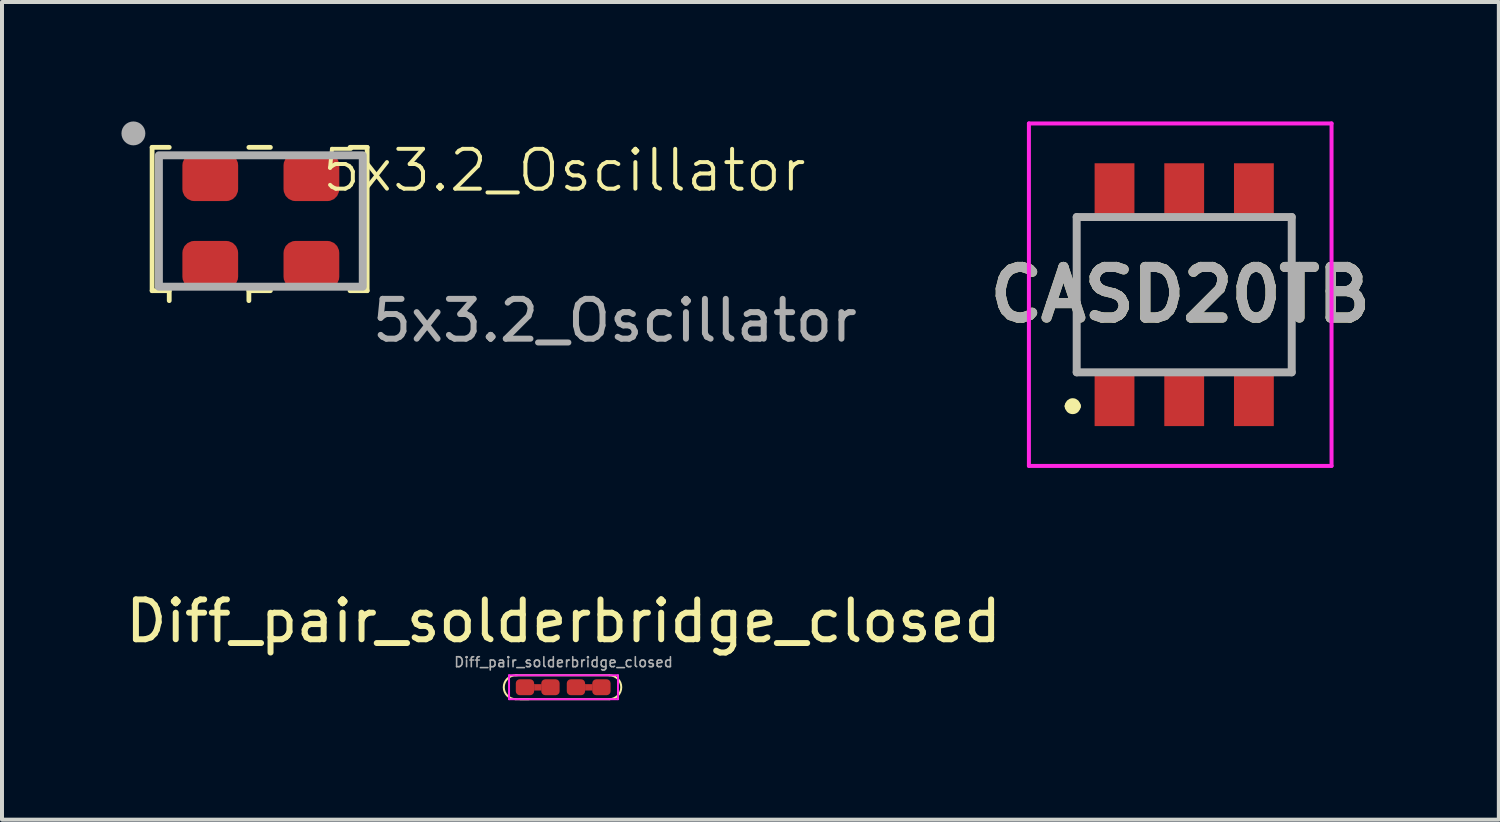
<source format=kicad_pcb>
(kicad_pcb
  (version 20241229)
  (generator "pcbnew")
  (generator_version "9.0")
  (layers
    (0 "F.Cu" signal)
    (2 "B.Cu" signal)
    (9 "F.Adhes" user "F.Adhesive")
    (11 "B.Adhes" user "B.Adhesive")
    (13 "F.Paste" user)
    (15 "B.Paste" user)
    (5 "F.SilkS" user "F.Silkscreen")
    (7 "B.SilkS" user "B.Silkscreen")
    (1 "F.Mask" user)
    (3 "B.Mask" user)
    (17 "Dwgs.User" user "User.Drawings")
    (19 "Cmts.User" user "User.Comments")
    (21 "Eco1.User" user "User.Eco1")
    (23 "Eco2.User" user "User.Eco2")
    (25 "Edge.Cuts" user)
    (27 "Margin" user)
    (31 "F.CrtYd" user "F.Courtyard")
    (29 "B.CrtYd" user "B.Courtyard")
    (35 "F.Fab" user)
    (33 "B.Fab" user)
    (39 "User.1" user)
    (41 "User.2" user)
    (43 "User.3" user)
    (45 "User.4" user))
  (footprint "Diff_pair_solderbridge_closed"
    (layer "F.Cu")
    (at 11.101 14.148)
    (property "Reference" "Diff_pair_solderbridge_closed" (at 0 -1.6 0) (layer "F.SilkS") (effects (font (size 1 1) (thickness 0.15))))
    (attr smd)
    (fp_poly (pts (xy -0.735 -0.015) (xy -0.558 -0.015) (xy -0.558 0.135) (xy -0.735 0.135)) (stroke (width 0.01) (type solid)) (fill yes) (layer "F.Cu"))
    (fp_poly (pts (xy 0.543 -0.015) (xy 0.722 -0.015) (xy 0.722 0.135) (xy 0.543 0.135)) (stroke (width 0.01) (type solid)) (fill yes) (layer "F.Cu"))
    (fp_line (start -1.2 0.36) (end -0.87 0.36) (stroke (width 0.05) (type default)) (layer "F.SilkS"))
    (fp_line (start -1.17 -0.24) (end -1.17 -0.24) (stroke (width 0.05) (type default)) (layer "F.SilkS"))
    (fp_line (start -1.09 0.36) (end 1.15 0.36) (stroke (width 0.05) (type default)) (layer "F.SilkS"))
    (fp_line (start 1.15 -0.24) (end -1.2 -0.24) (stroke (width 0.05) (type default)) (layer "F.SilkS"))
    (fp_arc (start -1.2 0.36) (mid -1.5 0.06) (end -1.2 -0.24) (stroke (width 0.05) (type default)) (layer "F.SilkS"))
    (fp_arc (start 1.15 -0.24) (mid 1.45 0.06) (end 1.15 0.36) (stroke (width 0.05) (type default)) (layer "F.SilkS"))
    (fp_line (start -1.368 -0.24) (end 1.368 -0.24) (stroke (width 0.05) (type solid)) (layer "F.CrtYd"))
    (fp_line (start -1.368 0.36) (end -1.368 -0.24) (stroke (width 0.05) (type solid)) (layer "F.CrtYd"))
    (fp_line (start 1.368 0.36) (end -1.368 0.36) (stroke (width 0.05) (type solid)) (layer "F.CrtYd"))
    (fp_line (start 1.368 0.36) (end 1.368 -0.24) (stroke (width 0.05) (type solid)) (layer "F.CrtYd"))
    (fp_text user "${REFERENCE}" (at 0 -0.57 0) (layer "F.Fab") (effects (font (size 0.25 0.25) (thickness 0.04))))
    (pad "1" smd roundrect (at -0.968 0.06) (size 0.46 0.4) (layers "F.Cu" "F.Mask") (roundrect_rratio 0.25))
    (pad "2" smd roundrect (at -0.328 0.06) (size 0.46 0.4) (layers "F.Cu" "F.Mask" "F.Paste") (roundrect_rratio 0.25))
    (pad "3" smd roundrect (at 0.952 0.06) (size 0.46 0.4) (layers "F.Cu" "F.Mask") (roundrect_rratio 0.25))
    (pad "4" smd roundrect (at 0.312 0.06) (size 0.46 0.4) (layers "F.Cu" "F.Mask" "F.Paste") (roundrect_rratio 0.25)))
  (footprint "5x3.2_Oscillator"
    (layer "F.Cu")
    (at 3.5 2.5)
    (property "Reference" "5x3.2_Oscillator" (at 7.62 -1.27 0) (unlocked yes) (layer "F.SilkS") (effects (font (size 1 1) (thickness 0.1))))
    (attr smd)
    (fp_line (start -2.73 -1.85) (end -2.3 -1.85) (stroke (width 0.12) (type solid)) (layer "F.SilkS"))
    (fp_line (start -2.73 1.75) (end -2.73 -1.85) (stroke (width 0.12) (type solid)) (layer "F.SilkS"))
    (fp_line (start -2.3 1.75) (end -2.73 1.75) (stroke (width 0.12) (type solid)) (layer "F.SilkS"))
    (fp_line (start -2.3 2) (end -2.3 1.75) (stroke (width 0.12) (type solid)) (layer "F.SilkS"))
    (fp_line (start -0.3 -1.85) (end 0.24 -1.85) (stroke (width 0.12) (type solid)) (layer "F.SilkS"))
    (fp_line (start -0.3 1.75) (end -0.3 2) (stroke (width 0.12) (type solid)) (layer "F.SilkS"))
    (fp_line (start 0.24 1.75) (end -0.3 1.75) (stroke (width 0.12) (type solid)) (layer "F.SilkS"))
    (fp_line (start 2.24 -1.85) (end 2.67 -1.85) (stroke (width 0.12) (type solid)) (layer "F.SilkS"))
    (fp_line (start 2.67 -1.85) (end 2.67 1.75) (stroke (width 0.12) (type solid)) (layer "F.SilkS"))
    (fp_line (start 2.67 1.75) (end 2.24 1.75) (stroke (width 0.12) (type solid)) (layer "F.SilkS"))
    (fp_rect (start -2.56 -1.65) (end 2.56 1.65) (stroke (width 0.2) (type default)) (fill no) (layer "F.Fab"))
    (fp_circle (center -3.2 -2.2) (end -3.05 -2.2) (stroke (width 0.3) (type default)) (fill no) (layer "F.Fab"))
    (fp_text user "${REFERENCE}" (at 8.89 2.5 0) (unlocked yes) (layer "F.Fab") (effects (font (size 1 1) (thickness 0.15))))
    (pad "1" smd roundrect (at -1.27 1.1) (size 1.4 1.2) (layers "F.Cu" "F.Mask" "F.Paste") (roundrect_rratio 0.25))
    (pad "2" smd roundrect (at 1.27 1.1) (size 1.4 1.2) (layers "F.Cu" "F.Mask" "F.Paste") (roundrect_rratio 0.25))
    (pad "3" smd roundrect (at 1.27 -1.1) (size 1.4 1.2) (layers "F.Cu" "F.Mask" "F.Paste") (roundrect_rratio 0.25))
    (pad "4" smd roundrect (at -1.27 -1.1) (size 1.4 1.2) (layers "F.Cu" "F.Mask" "F.Paste") (roundrect_rratio 0.25)))
  (footprint "CASD20TB"
    (layer "F.Cu")
    (at 26.688 4.35)
    (property "Reference" "CASD20TB" (at -0.1 0 0) (layer "F.SilkS") (effects (font (size 1.27 1.27) (thickness 0.254))))
    (attr smd)
    (fp_line (start -2.9 2.8) (end -2.9 2.8) (stroke (width 0.2) (type solid)) (layer "F.SilkS"))
    (fp_line (start -2.7 1.95) (end -2.7 -1.95) (stroke (width 0.1) (type solid)) (layer "F.SilkS"))
    (fp_line (start -2.7 2.8) (end -2.7 2.8) (stroke (width 0.2) (type solid)) (layer "F.SilkS"))
    (fp_line (start 2.7 1.95) (end 2.7 -1.95) (stroke (width 0.1) (type solid)) (layer "F.SilkS"))
    (fp_arc (start -2.9 2.8) (mid -2.8 2.7) (end -2.7 2.8) (stroke (width 0.2) (type solid)) (layer "F.SilkS"))
    (fp_arc (start -2.7 2.8) (mid -2.8 2.9) (end -2.9 2.8) (stroke (width 0.2) (type solid)) (layer "F.SilkS"))
    (fp_line (start -3.9 -4.3) (end 3.7 -4.3) (stroke (width 0.1) (type solid)) (layer "F.CrtYd"))
    (fp_line (start -3.9 4.3) (end -3.9 -4.3) (stroke (width 0.1) (type solid)) (layer "F.CrtYd"))
    (fp_line (start 3.7 -4.3) (end 3.7 4.3) (stroke (width 0.1) (type solid)) (layer "F.CrtYd"))
    (fp_line (start 3.7 4.3) (end -3.9 4.3) (stroke (width 0.1) (type solid)) (layer "F.CrtYd"))
    (fp_line (start -2.7 -1.95) (end 2.7 -1.95) (stroke (width 0.2) (type solid)) (layer "F.Fab"))
    (fp_line (start -2.7 1.95) (end -2.7 -1.95) (stroke (width 0.2) (type solid)) (layer "F.Fab"))
    (fp_line (start 2.7 -1.95) (end 2.7 1.95) (stroke (width 0.2) (type solid)) (layer "F.Fab"))
    (fp_line (start 2.7 1.95) (end -2.7 1.95) (stroke (width 0.2) (type solid)) (layer "F.Fab"))
    (fp_text user "${REFERENCE}" (at -0.1 0 0) (layer "F.Fab") (effects (font (size 1.27 1.27) (thickness 0.254))))
    (pad "1" smd rect (at -1.75 2.65) (size 1 1.3) (layers "F.Cu" "F.Mask" "F.Paste"))
    (pad "2" smd rect (at 0 2.65) (size 1 1.3) (layers "F.Cu" "F.Mask" "F.Paste"))
    (pad "3" smd rect (at 1.75 2.65) (size 1 1.3) (layers "F.Cu" "F.Mask" "F.Paste"))
    (pad "4" smd rect (at -1.75 -2.65) (size 1 1.3) (layers "F.Cu" "F.Mask" "F.Paste"))
    (pad "5" smd rect (at 0 -2.65) (size 1 1.3) (layers "F.Cu" "F.Mask" "F.Paste"))
    (pad "6" smd rect (at 1.75 -2.65) (size 1 1.3) (layers "F.Cu" "F.Mask" "F.Paste")))
  (gr_rect
    (start -3 -3)
    (end 34.589 17.533)
    (stroke (width 0.1) (type default))
    (fill no)
    (layer "Edge.Cuts")))
</source>
